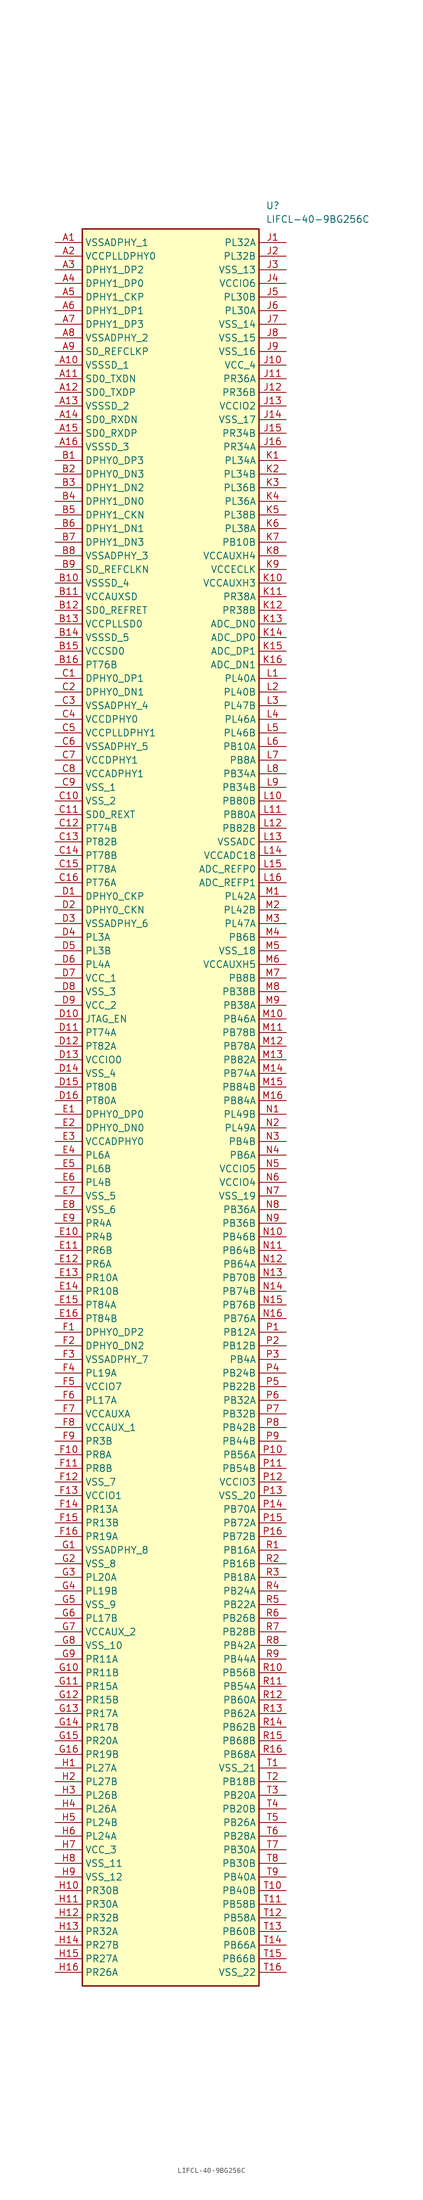
<source format=kicad_sym>
(kicad_symbol_lib
  (version 20241209)
  (generator "kicad_symbol_editor")
  (generator_version "9.0")
  (symbol "LIFCL-40-9BG256C"
    (property "Reference" "U"
      (at 39.37 7.62 0)
      (effects (font (size 1.27 1.27)) (justify left top)))
    (property "Value" "LIFCL-40-9BG256C"
      (at 39.37 5.08 0)
      (effects (font (size 1.27 1.27)) (justify left top)))
    (symbol "LIFCL-40-9BG256C_1_1"
      (rectangle (start 5.08 2.54) (end 38.1 -325.12) (stroke (width 0.254) (type default)) (fill (type background)))
      (pin passive line (at 0 0 0) (length 5.08) (name "VSSADPHY_1" (effects (font (size 1.27 1.27)))) (number "A1" (effects (font (size 1.27 1.27)))))
      (pin passive line (at 0 -2.54 0) (length 5.08) (name "VCCPLLDPHY0" (effects (font (size 1.27 1.27)))) (number "A2" (effects (font (size 1.27 1.27)))))
      (pin passive line (at 0 -5.08 0) (length 5.08) (name "DPHY1_DP2" (effects (font (size 1.27 1.27)))) (number "A3" (effects (font (size 1.27 1.27)))))
      (pin passive line (at 0 -7.62 0) (length 5.08) (name "DPHY1_DP0" (effects (font (size 1.27 1.27)))) (number "A4" (effects (font (size 1.27 1.27)))))
      (pin passive line (at 0 -10.16 0) (length 5.08) (name "DPHY1_CKP" (effects (font (size 1.27 1.27)))) (number "A5" (effects (font (size 1.27 1.27)))))
      (pin passive line (at 0 -12.7 0) (length 5.08) (name "DPHY1_DP1" (effects (font (size 1.27 1.27)))) (number "A6" (effects (font (size 1.27 1.27)))))
      (pin passive line (at 0 -15.24 0) (length 5.08) (name "DPHY1_DP3" (effects (font (size 1.27 1.27)))) (number "A7" (effects (font (size 1.27 1.27)))))
      (pin passive line (at 0 -17.78 0) (length 5.08) (name "VSSADPHY_2" (effects (font (size 1.27 1.27)))) (number "A8" (effects (font (size 1.27 1.27)))))
      (pin passive line (at 0 -20.32 0) (length 5.08) (name "SD_REFCLKP" (effects (font (size 1.27 1.27)))) (number "A9" (effects (font (size 1.27 1.27)))))
      (pin passive line (at 0 -22.86 0) (length 5.08) (name "VSSSD_1" (effects (font (size 1.27 1.27)))) (number "A10" (effects (font (size 1.27 1.27)))))
      (pin passive line (at 0 -25.4 0) (length 5.08) (name "SD0_TXDN" (effects (font (size 1.27 1.27)))) (number "A11" (effects (font (size 1.27 1.27)))))
      (pin passive line (at 0 -27.94 0) (length 5.08) (name "SD0_TXDP" (effects (font (size 1.27 1.27)))) (number "A12" (effects (font (size 1.27 1.27)))))
      (pin passive line (at 0 -30.48 0) (length 5.08) (name "VSSSD_2" (effects (font (size 1.27 1.27)))) (number "A13" (effects (font (size 1.27 1.27)))))
      (pin passive line (at 0 -33.02 0) (length 5.08) (name "SD0_RXDN" (effects (font (size 1.27 1.27)))) (number "A14" (effects (font (size 1.27 1.27)))))
      (pin passive line (at 0 -35.56 0) (length 5.08) (name "SD0_RXDP" (effects (font (size 1.27 1.27)))) (number "A15" (effects (font (size 1.27 1.27)))))
      (pin passive line (at 0 -38.1 0) (length 5.08) (name "VSSSD_3" (effects (font (size 1.27 1.27)))) (number "A16" (effects (font (size 1.27 1.27)))))
      (pin passive line (at 0 -40.64 0) (length 5.08) (name "DPHY0_DP3" (effects (font (size 1.27 1.27)))) (number "B1" (effects (font (size 1.27 1.27)))))
      (pin passive line (at 0 -43.18 0) (length 5.08) (name "DPHY0_DN3" (effects (font (size 1.27 1.27)))) (number "B2" (effects (font (size 1.27 1.27)))))
      (pin passive line (at 0 -45.72 0) (length 5.08) (name "DPHY1_DN2" (effects (font (size 1.27 1.27)))) (number "B3" (effects (font (size 1.27 1.27)))))
      (pin passive line (at 0 -48.26 0) (length 5.08) (name "DPHY1_DN0" (effects (font (size 1.27 1.27)))) (number "B4" (effects (font (size 1.27 1.27)))))
      (pin passive line (at 0 -50.8 0) (length 5.08) (name "DPHY1_CKN" (effects (font (size 1.27 1.27)))) (number "B5" (effects (font (size 1.27 1.27)))))
      (pin passive line (at 0 -53.34 0) (length 5.08) (name "DPHY1_DN1" (effects (font (size 1.27 1.27)))) (number "B6" (effects (font (size 1.27 1.27)))))
      (pin passive line (at 0 -55.88 0) (length 5.08) (name "DPHY1_DN3" (effects (font (size 1.27 1.27)))) (number "B7" (effects (font (size 1.27 1.27)))))
      (pin passive line (at 0 -58.42 0) (length 5.08) (name "VSSADPHY_3" (effects (font (size 1.27 1.27)))) (number "B8" (effects (font (size 1.27 1.27)))))
      (pin passive line (at 0 -60.96 0) (length 5.08) (name "SD_REFCLKN" (effects (font (size 1.27 1.27)))) (number "B9" (effects (font (size 1.27 1.27)))))
      (pin passive line (at 0 -63.5 0) (length 5.08) (name "VSSSD_4" (effects (font (size 1.27 1.27)))) (number "B10" (effects (font (size 1.27 1.27)))))
      (pin passive line (at 0 -66.04 0) (length 5.08) (name "VCCAUXSD" (effects (font (size 1.27 1.27)))) (number "B11" (effects (font (size 1.27 1.27)))))
      (pin passive line (at 0 -68.58 0) (length 5.08) (name "SD0_REFRET" (effects (font (size 1.27 1.27)))) (number "B12" (effects (font (size 1.27 1.27)))))
      (pin passive line (at 0 -71.12 0) (length 5.08) (name "VCCPLLSD0" (effects (font (size 1.27 1.27)))) (number "B13" (effects (font (size 1.27 1.27)))))
      (pin passive line (at 0 -73.66 0) (length 5.08) (name "VSSSD_5" (effects (font (size 1.27 1.27)))) (number "B14" (effects (font (size 1.27 1.27)))))
      (pin passive line (at 0 -76.2 0) (length 5.08) (name "VCCSD0" (effects (font (size 1.27 1.27)))) (number "B15" (effects (font (size 1.27 1.27)))))
      (pin passive line (at 0 -78.74 0) (length 5.08) (name "PT76B" (effects (font (size 1.27 1.27)))) (number "B16" (effects (font (size 1.27 1.27)))))
      (pin passive line (at 0 -81.28 0) (length 5.08) (name "DPHY0_DP1" (effects (font (size 1.27 1.27)))) (number "C1" (effects (font (size 1.27 1.27)))))
      (pin passive line (at 0 -83.82 0) (length 5.08) (name "DPHY0_DN1" (effects (font (size 1.27 1.27)))) (number "C2" (effects (font (size 1.27 1.27)))))
      (pin passive line (at 0 -86.36 0) (length 5.08) (name "VSSADPHY_4" (effects (font (size 1.27 1.27)))) (number "C3" (effects (font (size 1.27 1.27)))))
      (pin passive line (at 0 -88.9 0) (length 5.08) (name "VCCDPHY0" (effects (font (size 1.27 1.27)))) (number "C4" (effects (font (size 1.27 1.27)))))
      (pin passive line (at 0 -91.44 0) (length 5.08) (name "VCCPLLDPHY1" (effects (font (size 1.27 1.27)))) (number "C5" (effects (font (size 1.27 1.27)))))
      (pin passive line (at 0 -93.98 0) (length 5.08) (name "VSSADPHY_5" (effects (font (size 1.27 1.27)))) (number "C6" (effects (font (size 1.27 1.27)))))
      (pin passive line (at 0 -96.52 0) (length 5.08) (name "VCCDPHY1" (effects (font (size 1.27 1.27)))) (number "C7" (effects (font (size 1.27 1.27)))))
      (pin passive line (at 0 -99.06 0) (length 5.08) (name "VCCADPHY1" (effects (font (size 1.27 1.27)))) (number "C8" (effects (font (size 1.27 1.27)))))
      (pin passive line (at 0 -101.6 0) (length 5.08) (name "VSS_1" (effects (font (size 1.27 1.27)))) (number "C9" (effects (font (size 1.27 1.27)))))
      (pin passive line (at 0 -104.14 0) (length 5.08) (name "VSS_2" (effects (font (size 1.27 1.27)))) (number "C10" (effects (font (size 1.27 1.27)))))
      (pin passive line (at 0 -106.68 0) (length 5.08) (name "SD0_REXT" (effects (font (size 1.27 1.27)))) (number "C11" (effects (font (size 1.27 1.27)))))
      (pin passive line (at 0 -109.22 0) (length 5.08) (name "PT74B" (effects (font (size 1.27 1.27)))) (number "C12" (effects (font (size 1.27 1.27)))))
      (pin passive line (at 0 -111.76 0) (length 5.08) (name "PT82B" (effects (font (size 1.27 1.27)))) (number "C13" (effects (font (size 1.27 1.27)))))
      (pin passive line (at 0 -114.3 0) (length 5.08) (name "PT78B" (effects (font (size 1.27 1.27)))) (number "C14" (effects (font (size 1.27 1.27)))))
      (pin passive line (at 0 -116.84 0) (length 5.08) (name "PT78A" (effects (font (size 1.27 1.27)))) (number "C15" (effects (font (size 1.27 1.27)))))
      (pin passive line (at 0 -119.38 0) (length 5.08) (name "PT76A" (effects (font (size 1.27 1.27)))) (number "C16" (effects (font (size 1.27 1.27)))))
      (pin passive line (at 0 -121.92 0) (length 5.08) (name "DPHY0_CKP" (effects (font (size 1.27 1.27)))) (number "D1" (effects (font (size 1.27 1.27)))))
      (pin passive line (at 0 -124.46 0) (length 5.08) (name "DPHY0_CKN" (effects (font (size 1.27 1.27)))) (number "D2" (effects (font (size 1.27 1.27)))))
      (pin passive line (at 0 -127 0) (length 5.08) (name "VSSADPHY_6" (effects (font (size 1.27 1.27)))) (number "D3" (effects (font (size 1.27 1.27)))))
      (pin passive line (at 0 -129.54 0) (length 5.08) (name "PL3A" (effects (font (size 1.27 1.27)))) (number "D4" (effects (font (size 1.27 1.27)))))
      (pin passive line (at 0 -132.08 0) (length 5.08) (name "PL3B" (effects (font (size 1.27 1.27)))) (number "D5" (effects (font (size 1.27 1.27)))))
      (pin passive line (at 0 -134.62 0) (length 5.08) (name "PL4A" (effects (font (size 1.27 1.27)))) (number "D6" (effects (font (size 1.27 1.27)))))
      (pin passive line (at 0 -137.16 0) (length 5.08) (name "VCC_1" (effects (font (size 1.27 1.27)))) (number "D7" (effects (font (size 1.27 1.27)))))
      (pin passive line (at 0 -139.7 0) (length 5.08) (name "VSS_3" (effects (font (size 1.27 1.27)))) (number "D8" (effects (font (size 1.27 1.27)))))
      (pin passive line (at 0 -142.24 0) (length 5.08) (name "VCC_2" (effects (font (size 1.27 1.27)))) (number "D9" (effects (font (size 1.27 1.27)))))
      (pin passive line (at 0 -144.78 0) (length 5.08) (name "JTAG_EN" (effects (font (size 1.27 1.27)))) (number "D10" (effects (font (size 1.27 1.27)))))
      (pin passive line (at 0 -147.32 0) (length 5.08) (name "PT74A" (effects (font (size 1.27 1.27)))) (number "D11" (effects (font (size 1.27 1.27)))))
      (pin passive line (at 0 -149.86 0) (length 5.08) (name "PT82A" (effects (font (size 1.27 1.27)))) (number "D12" (effects (font (size 1.27 1.27)))))
      (pin passive line (at 0 -152.4 0) (length 5.08) (name "VCCIO0" (effects (font (size 1.27 1.27)))) (number "D13" (effects (font (size 1.27 1.27)))))
      (pin passive line (at 0 -154.94 0) (length 5.08) (name "VSS_4" (effects (font (size 1.27 1.27)))) (number "D14" (effects (font (size 1.27 1.27)))))
      (pin passive line (at 0 -157.48 0) (length 5.08) (name "PT80B" (effects (font (size 1.27 1.27)))) (number "D15" (effects (font (size 1.27 1.27)))))
      (pin passive line (at 0 -160.02 0) (length 5.08) (name "PT80A" (effects (font (size 1.27 1.27)))) (number "D16" (effects (font (size 1.27 1.27)))))
      (pin passive line (at 0 -162.56 0) (length 5.08) (name "DPHY0_DP0" (effects (font (size 1.27 1.27)))) (number "E1" (effects (font (size 1.27 1.27)))))
      (pin passive line (at 0 -165.1 0) (length 5.08) (name "DPHY0_DN0" (effects (font (size 1.27 1.27)))) (number "E2" (effects (font (size 1.27 1.27)))))
      (pin passive line (at 0 -167.64 0) (length 5.08) (name "VCCADPHY0" (effects (font (size 1.27 1.27)))) (number "E3" (effects (font (size 1.27 1.27)))))
      (pin passive line (at 0 -170.18 0) (length 5.08) (name "PL6A" (effects (font (size 1.27 1.27)))) (number "E4" (effects (font (size 1.27 1.27)))))
      (pin passive line (at 0 -172.72 0) (length 5.08) (name "PL6B" (effects (font (size 1.27 1.27)))) (number "E5" (effects (font (size 1.27 1.27)))))
      (pin passive line (at 0 -175.26 0) (length 5.08) (name "PL4B" (effects (font (size 1.27 1.27)))) (number "E6" (effects (font (size 1.27 1.27)))))
      (pin passive line (at 0 -177.8 0) (length 5.08) (name "VSS_5" (effects (font (size 1.27 1.27)))) (number "E7" (effects (font (size 1.27 1.27)))))
      (pin passive line (at 0 -180.34 0) (length 5.08) (name "VSS_6" (effects (font (size 1.27 1.27)))) (number "E8" (effects (font (size 1.27 1.27)))))
      (pin passive line (at 0 -182.88 0) (length 5.08) (name "PR4A" (effects (font (size 1.27 1.27)))) (number "E9" (effects (font (size 1.27 1.27)))))
      (pin passive line (at 0 -185.42 0) (length 5.08) (name "PR4B" (effects (font (size 1.27 1.27)))) (number "E10" (effects (font (size 1.27 1.27)))))
      (pin passive line (at 0 -187.96 0) (length 5.08) (name "PR6B" (effects (font (size 1.27 1.27)))) (number "E11" (effects (font (size 1.27 1.27)))))
      (pin passive line (at 0 -190.5 0) (length 5.08) (name "PR6A" (effects (font (size 1.27 1.27)))) (number "E12" (effects (font (size 1.27 1.27)))))
      (pin passive line (at 0 -193.04 0) (length 5.08) (name "PR10A" (effects (font (size 1.27 1.27)))) (number "E13" (effects (font (size 1.27 1.27)))))
      (pin passive line (at 0 -195.58 0) (length 5.08) (name "PR10B" (effects (font (size 1.27 1.27)))) (number "E14" (effects (font (size 1.27 1.27)))))
      (pin passive line (at 0 -198.12 0) (length 5.08) (name "PT84A" (effects (font (size 1.27 1.27)))) (number "E15" (effects (font (size 1.27 1.27)))))
      (pin passive line (at 0 -200.66 0) (length 5.08) (name "PT84B" (effects (font (size 1.27 1.27)))) (number "E16" (effects (font (size 1.27 1.27)))))
      (pin passive line (at 0 -203.2 0) (length 5.08) (name "DPHY0_DP2" (effects (font (size 1.27 1.27)))) (number "F1" (effects (font (size 1.27 1.27)))))
      (pin passive line (at 0 -205.74 0) (length 5.08) (name "DPHY0_DN2" (effects (font (size 1.27 1.27)))) (number "F2" (effects (font (size 1.27 1.27)))))
      (pin passive line (at 0 -208.28 0) (length 5.08) (name "VSSADPHY_7" (effects (font (size 1.27 1.27)))) (number "F3" (effects (font (size 1.27 1.27)))))
      (pin passive line (at 0 -210.82 0) (length 5.08) (name "PL19A" (effects (font (size 1.27 1.27)))) (number "F4" (effects (font (size 1.27 1.27)))))
      (pin passive line (at 0 -213.36 0) (length 5.08) (name "VCCIO7" (effects (font (size 1.27 1.27)))) (number "F5" (effects (font (size 1.27 1.27)))))
      (pin passive line (at 0 -215.9 0) (length 5.08) (name "PL17A" (effects (font (size 1.27 1.27)))) (number "F6" (effects (font (size 1.27 1.27)))))
      (pin passive line (at 0 -218.44 0) (length 5.08) (name "VCCAUXA" (effects (font (size 1.27 1.27)))) (number "F7" (effects (font (size 1.27 1.27)))))
      (pin passive line (at 0 -220.98 0) (length 5.08) (name "VCCAUX_1" (effects (font (size 1.27 1.27)))) (number "F8" (effects (font (size 1.27 1.27)))))
      (pin passive line (at 0 -223.52 0) (length 5.08) (name "PR3B" (effects (font (size 1.27 1.27)))) (number "F9" (effects (font (size 1.27 1.27)))))
      (pin passive line (at 0 -226.06 0) (length 5.08) (name "PR8A" (effects (font (size 1.27 1.27)))) (number "F10" (effects (font (size 1.27 1.27)))))
      (pin passive line (at 0 -228.6 0) (length 5.08) (name "PR8B" (effects (font (size 1.27 1.27)))) (number "F11" (effects (font (size 1.27 1.27)))))
      (pin passive line (at 0 -231.14 0) (length 5.08) (name "VSS_7" (effects (font (size 1.27 1.27)))) (number "F12" (effects (font (size 1.27 1.27)))))
      (pin passive line (at 0 -233.68 0) (length 5.08) (name "VCCIO1" (effects (font (size 1.27 1.27)))) (number "F13" (effects (font (size 1.27 1.27)))))
      (pin passive line (at 0 -236.22 0) (length 5.08) (name "PR13A" (effects (font (size 1.27 1.27)))) (number "F14" (effects (font (size 1.27 1.27)))))
      (pin passive line (at 0 -238.76 0) (length 5.08) (name "PR13B" (effects (font (size 1.27 1.27)))) (number "F15" (effects (font (size 1.27 1.27)))))
      (pin passive line (at 0 -241.3 0) (length 5.08) (name "PR19A" (effects (font (size 1.27 1.27)))) (number "F16" (effects (font (size 1.27 1.27)))))
      (pin passive line (at 0 -243.84 0) (length 5.08) (name "VSSADPHY_8" (effects (font (size 1.27 1.27)))) (number "G1" (effects (font (size 1.27 1.27)))))
      (pin passive line (at 0 -246.38 0) (length 5.08) (name "VSS_8" (effects (font (size 1.27 1.27)))) (number "G2" (effects (font (size 1.27 1.27)))))
      (pin passive line (at 0 -248.92 0) (length 5.08) (name "PL20A" (effects (font (size 1.27 1.27)))) (number "G3" (effects (font (size 1.27 1.27)))))
      (pin passive line (at 0 -251.46 0) (length 5.08) (name "PL19B" (effects (font (size 1.27 1.27)))) (number "G4" (effects (font (size 1.27 1.27)))))
      (pin passive line (at 0 -254 0) (length 5.08) (name "VSS_9" (effects (font (size 1.27 1.27)))) (number "G5" (effects (font (size 1.27 1.27)))))
      (pin passive line (at 0 -256.54 0) (length 5.08) (name "PL17B" (effects (font (size 1.27 1.27)))) (number "G6" (effects (font (size 1.27 1.27)))))
      (pin passive line (at 0 -259.08 0) (length 5.08) (name "VCCAUX_2" (effects (font (size 1.27 1.27)))) (number "G7" (effects (font (size 1.27 1.27)))))
      (pin passive line (at 0 -261.62 0) (length 5.08) (name "VSS_10" (effects (font (size 1.27 1.27)))) (number "G8" (effects (font (size 1.27 1.27)))))
      (pin passive line (at 0 -264.16 0) (length 5.08) (name "PR11A" (effects (font (size 1.27 1.27)))) (number "G9" (effects (font (size 1.27 1.27)))))
      (pin passive line (at 0 -266.7 0) (length 5.08) (name "PR11B" (effects (font (size 1.27 1.27)))) (number "G10" (effects (font (size 1.27 1.27)))))
      (pin passive line (at 0 -269.24 0) (length 5.08) (name "PR15A" (effects (font (size 1.27 1.27)))) (number "G11" (effects (font (size 1.27 1.27)))))
      (pin passive line (at 0 -271.78 0) (length 5.08) (name "PR15B" (effects (font (size 1.27 1.27)))) (number "G12" (effects (font (size 1.27 1.27)))))
      (pin passive line (at 0 -274.32 0) (length 5.08) (name "PR17A" (effects (font (size 1.27 1.27)))) (number "G13" (effects (font (size 1.27 1.27)))))
      (pin passive line (at 0 -276.86 0) (length 5.08) (name "PR17B" (effects (font (size 1.27 1.27)))) (number "G14" (effects (font (size 1.27 1.27)))))
      (pin passive line (at 0 -279.4 0) (length 5.08) (name "PR20A" (effects (font (size 1.27 1.27)))) (number "G15" (effects (font (size 1.27 1.27)))))
      (pin passive line (at 0 -281.94 0) (length 5.08) (name "PR19B" (effects (font (size 1.27 1.27)))) (number "G16" (effects (font (size 1.27 1.27)))))
      (pin passive line (at 0 -284.48 0) (length 5.08) (name "PL27A" (effects (font (size 1.27 1.27)))) (number "H1" (effects (font (size 1.27 1.27)))))
      (pin passive line (at 0 -287.02 0) (length 5.08) (name "PL27B" (effects (font (size 1.27 1.27)))) (number "H2" (effects (font (size 1.27 1.27)))))
      (pin passive line (at 0 -289.56 0) (length 5.08) (name "PL26B" (effects (font (size 1.27 1.27)))) (number "H3" (effects (font (size 1.27 1.27)))))
      (pin passive line (at 0 -292.1 0) (length 5.08) (name "PL26A" (effects (font (size 1.27 1.27)))) (number "H4" (effects (font (size 1.27 1.27)))))
      (pin passive line (at 0 -294.64 0) (length 5.08) (name "PL24B" (effects (font (size 1.27 1.27)))) (number "H5" (effects (font (size 1.27 1.27)))))
      (pin passive line (at 0 -297.18 0) (length 5.08) (name "PL24A" (effects (font (size 1.27 1.27)))) (number "H6" (effects (font (size 1.27 1.27)))))
      (pin passive line (at 0 -299.72 0) (length 5.08) (name "VCC_3" (effects (font (size 1.27 1.27)))) (number "H7" (effects (font (size 1.27 1.27)))))
      (pin passive line (at 0 -302.26 0) (length 5.08) (name "VSS_11" (effects (font (size 1.27 1.27)))) (number "H8" (effects (font (size 1.27 1.27)))))
      (pin passive line (at 0 -304.8 0) (length 5.08) (name "VSS_12" (effects (font (size 1.27 1.27)))) (number "H9" (effects (font (size 1.27 1.27)))))
      (pin passive line (at 0 -307.34 0) (length 5.08) (name "PR30B" (effects (font (size 1.27 1.27)))) (number "H10" (effects (font (size 1.27 1.27)))))
      (pin passive line (at 0 -309.88 0) (length 5.08) (name "PR30A" (effects (font (size 1.27 1.27)))) (number "H11" (effects (font (size 1.27 1.27)))))
      (pin passive line (at 0 -312.42 0) (length 5.08) (name "PR32B" (effects (font (size 1.27 1.27)))) (number "H12" (effects (font (size 1.27 1.27)))))
      (pin passive line (at 0 -314.96 0) (length 5.08) (name "PR32A" (effects (font (size 1.27 1.27)))) (number "H13" (effects (font (size 1.27 1.27)))))
      (pin passive line (at 0 -317.5 0) (length 5.08) (name "PR27B" (effects (font (size 1.27 1.27)))) (number "H14" (effects (font (size 1.27 1.27)))))
      (pin passive line (at 0 -320.04 0) (length 5.08) (name "PR27A" (effects (font (size 1.27 1.27)))) (number "H15" (effects (font (size 1.27 1.27)))))
      (pin passive line (at 0 -322.58 0) (length 5.08) (name "PR26A" (effects (font (size 1.27 1.27)))) (number "H16" (effects (font (size 1.27 1.27)))))
      (pin passive line (at 43.18 0 180) (length 5.08) (name "PL32A" (effects (font (size 1.27 1.27)))) (number "J1" (effects (font (size 1.27 1.27)))))
      (pin passive line (at 43.18 -2.54 180) (length 5.08) (name "PL32B" (effects (font (size 1.27 1.27)))) (number "J2" (effects (font (size 1.27 1.27)))))
      (pin passive line (at 43.18 -5.08 180) (length 5.08) (name "VSS_13" (effects (font (size 1.27 1.27)))) (number "J3" (effects (font (size 1.27 1.27)))))
      (pin passive line (at 43.18 -7.62 180) (length 5.08) (name "VCCIO6" (effects (font (size 1.27 1.27)))) (number "J4" (effects (font (size 1.27 1.27)))))
      (pin passive line (at 43.18 -10.16 180) (length 5.08) (name "PL30B" (effects (font (size 1.27 1.27)))) (number "J5" (effects (font (size 1.27 1.27)))))
      (pin passive line (at 43.18 -12.7 180) (length 5.08) (name "PL30A" (effects (font (size 1.27 1.27)))) (number "J6" (effects (font (size 1.27 1.27)))))
      (pin passive line (at 43.18 -15.24 180) (length 5.08) (name "VSS_14" (effects (font (size 1.27 1.27)))) (number "J7" (effects (font (size 1.27 1.27)))))
      (pin passive line (at 43.18 -17.78 180) (length 5.08) (name "VSS_15" (effects (font (size 1.27 1.27)))) (number "J8" (effects (font (size 1.27 1.27)))))
      (pin passive line (at 43.18 -20.32 180) (length 5.08) (name "VSS_16" (effects (font (size 1.27 1.27)))) (number "J9" (effects (font (size 1.27 1.27)))))
      (pin passive line (at 43.18 -22.86 180) (length 5.08) (name "VCC_4" (effects (font (size 1.27 1.27)))) (number "J10" (effects (font (size 1.27 1.27)))))
      (pin passive line (at 43.18 -25.4 180) (length 5.08) (name "PR36A" (effects (font (size 1.27 1.27)))) (number "J11" (effects (font (size 1.27 1.27)))))
      (pin passive line (at 43.18 -27.94 180) (length 5.08) (name "PR36B" (effects (font (size 1.27 1.27)))) (number "J12" (effects (font (size 1.27 1.27)))))
      (pin passive line (at 43.18 -30.48 180) (length 5.08) (name "VCCIO2" (effects (font (size 1.27 1.27)))) (number "J13" (effects (font (size 1.27 1.27)))))
      (pin passive line (at 43.18 -33.02 180) (length 5.08) (name "VSS_17" (effects (font (size 1.27 1.27)))) (number "J14" (effects (font (size 1.27 1.27)))))
      (pin passive line (at 43.18 -35.56 180) (length 5.08) (name "PR34B" (effects (font (size 1.27 1.27)))) (number "J15" (effects (font (size 1.27 1.27)))))
      (pin passive line (at 43.18 -38.1 180) (length 5.08) (name "PR34A" (effects (font (size 1.27 1.27)))) (number "J16" (effects (font (size 1.27 1.27)))))
      (pin passive line (at 43.18 -40.64 180) (length 5.08) (name "PL34A" (effects (font (size 1.27 1.27)))) (number "K1" (effects (font (size 1.27 1.27)))))
      (pin passive line (at 43.18 -43.18 180) (length 5.08) (name "PL34B" (effects (font (size 1.27 1.27)))) (number "K2" (effects (font (size 1.27 1.27)))))
      (pin passive line (at 43.18 -45.72 180) (length 5.08) (name "PL36B" (effects (font (size 1.27 1.27)))) (number "K3" (effects (font (size 1.27 1.27)))))
      (pin passive line (at 43.18 -48.26 180) (length 5.08) (name "PL36A" (effects (font (size 1.27 1.27)))) (number "K4" (effects (font (size 1.27 1.27)))))
      (pin passive line (at 43.18 -50.8 180) (length 5.08) (name "PL38B" (effects (font (size 1.27 1.27)))) (number "K5" (effects (font (size 1.27 1.27)))))
      (pin passive line (at 43.18 -53.34 180) (length 5.08) (name "PL38A" (effects (font (size 1.27 1.27)))) (number "K6" (effects (font (size 1.27 1.27)))))
      (pin passive line (at 43.18 -55.88 180) (length 5.08) (name "PB10B" (effects (font (size 1.27 1.27)))) (number "K7" (effects (font (size 1.27 1.27)))))
      (pin passive line (at 43.18 -58.42 180) (length 5.08) (name "VCCAUXH4" (effects (font (size 1.27 1.27)))) (number "K8" (effects (font (size 1.27 1.27)))))
      (pin passive line (at 43.18 -60.96 180) (length 5.08) (name "VCCECLK" (effects (font (size 1.27 1.27)))) (number "K9" (effects (font (size 1.27 1.27)))))
      (pin passive line (at 43.18 -63.5 180) (length 5.08) (name "VCCAUXH3" (effects (font (size 1.27 1.27)))) (number "K10" (effects (font (size 1.27 1.27)))))
      (pin passive line (at 43.18 -66.04 180) (length 5.08) (name "PR38A" (effects (font (size 1.27 1.27)))) (number "K11" (effects (font (size 1.27 1.27)))))
      (pin passive line (at 43.18 -68.58 180) (length 5.08) (name "PR38B" (effects (font (size 1.27 1.27)))) (number "K12" (effects (font (size 1.27 1.27)))))
      (pin passive line (at 43.18 -71.12 180) (length 5.08) (name "ADC_DN0" (effects (font (size 1.27 1.27)))) (number "K13" (effects (font (size 1.27 1.27)))))
      (pin passive line (at 43.18 -73.66 180) (length 5.08) (name "ADC_DP0" (effects (font (size 1.27 1.27)))) (number "K14" (effects (font (size 1.27 1.27)))))
      (pin passive line (at 43.18 -76.2 180) (length 5.08) (name "ADC_DP1" (effects (font (size 1.27 1.27)))) (number "K15" (effects (font (size 1.27 1.27)))))
      (pin passive line (at 43.18 -78.74 180) (length 5.08) (name "ADC_DN1" (effects (font (size 1.27 1.27)))) (number "K16" (effects (font (size 1.27 1.27)))))
      (pin passive line (at 43.18 -81.28 180) (length 5.08) (name "PL40A" (effects (font (size 1.27 1.27)))) (number "L1" (effects (font (size 1.27 1.27)))))
      (pin passive line (at 43.18 -83.82 180) (length 5.08) (name "PL40B" (effects (font (size 1.27 1.27)))) (number "L2" (effects (font (size 1.27 1.27)))))
      (pin passive line (at 43.18 -86.36 180) (length 5.08) (name "PL47B" (effects (font (size 1.27 1.27)))) (number "L3" (effects (font (size 1.27 1.27)))))
      (pin passive line (at 43.18 -88.9 180) (length 5.08) (name "PL46A" (effects (font (size 1.27 1.27)))) (number "L4" (effects (font (size 1.27 1.27)))))
      (pin passive line (at 43.18 -91.44 180) (length 5.08) (name "PL46B" (effects (font (size 1.27 1.27)))) (number "L5" (effects (font (size 1.27 1.27)))))
      (pin passive line (at 43.18 -93.98 180) (length 5.08) (name "PB10A" (effects (font (size 1.27 1.27)))) (number "L6" (effects (font (size 1.27 1.27)))))
      (pin passive line (at 43.18 -96.52 180) (length 5.08) (name "PB8A" (effects (font (size 1.27 1.27)))) (number "L7" (effects (font (size 1.27 1.27)))))
      (pin passive line (at 43.18 -99.06 180) (length 5.08) (name "PB34A" (effects (font (size 1.27 1.27)))) (number "L8" (effects (font (size 1.27 1.27)))))
      (pin passive line (at 43.18 -101.6 180) (length 5.08) (name "PB34B" (effects (font (size 1.27 1.27)))) (number "L9" (effects (font (size 1.27 1.27)))))
      (pin passive line (at 43.18 -104.14 180) (length 5.08) (name "PB80B" (effects (font (size 1.27 1.27)))) (number "L10" (effects (font (size 1.27 1.27)))))
      (pin passive line (at 43.18 -106.68 180) (length 5.08) (name "PB80A" (effects (font (size 1.27 1.27)))) (number "L11" (effects (font (size 1.27 1.27)))))
      (pin passive line (at 43.18 -109.22 180) (length 5.08) (name "PB82B" (effects (font (size 1.27 1.27)))) (number "L12" (effects (font (size 1.27 1.27)))))
      (pin passive line (at 43.18 -111.76 180) (length 5.08) (name "VSSADC" (effects (font (size 1.27 1.27)))) (number "L13" (effects (font (size 1.27 1.27)))))
      (pin passive line (at 43.18 -114.3 180) (length 5.08) (name "VCCADC18" (effects (font (size 1.27 1.27)))) (number "L14" (effects (font (size 1.27 1.27)))))
      (pin passive line (at 43.18 -116.84 180) (length 5.08) (name "ADC_REFP0" (effects (font (size 1.27 1.27)))) (number "L15" (effects (font (size 1.27 1.27)))))
      (pin passive line (at 43.18 -119.38 180) (length 5.08) (name "ADC_REFP1" (effects (font (size 1.27 1.27)))) (number "L16" (effects (font (size 1.27 1.27)))))
      (pin passive line (at 43.18 -121.92 180) (length 5.08) (name "PL42A" (effects (font (size 1.27 1.27)))) (number "M1" (effects (font (size 1.27 1.27)))))
      (pin passive line (at 43.18 -124.46 180) (length 5.08) (name "PL42B" (effects (font (size 1.27 1.27)))) (number "M2" (effects (font (size 1.27 1.27)))))
      (pin passive line (at 43.18 -127 180) (length 5.08) (name "PL47A" (effects (font (size 1.27 1.27)))) (number "M3" (effects (font (size 1.27 1.27)))))
      (pin passive line (at 43.18 -129.54 180) (length 5.08) (name "PB6B" (effects (font (size 1.27 1.27)))) (number "M4" (effects (font (size 1.27 1.27)))))
      (pin passive line (at 43.18 -132.08 180) (length 5.08) (name "VSS_18" (effects (font (size 1.27 1.27)))) (number "M5" (effects (font (size 1.27 1.27)))))
      (pin passive line (at 43.18 -134.62 180) (length 5.08) (name "VCCAUXH5" (effects (font (size 1.27 1.27)))) (number "M6" (effects (font (size 1.27 1.27)))))
      (pin passive line (at 43.18 -137.16 180) (length 5.08) (name "PB8B" (effects (font (size 1.27 1.27)))) (number "M7" (effects (font (size 1.27 1.27)))))
      (pin passive line (at 43.18 -139.7 180) (length 5.08) (name "PB38B" (effects (font (size 1.27 1.27)))) (number "M8" (effects (font (size 1.27 1.27)))))
      (pin passive line (at 43.18 -142.24 180) (length 5.08) (name "PB38A" (effects (font (size 1.27 1.27)))) (number "M9" (effects (font (size 1.27 1.27)))))
      (pin passive line (at 43.18 -144.78 180) (length 5.08) (name "PB46A" (effects (font (size 1.27 1.27)))) (number "M10" (effects (font (size 1.27 1.27)))))
      (pin passive line (at 43.18 -147.32 180) (length 5.08) (name "PB78B" (effects (font (size 1.27 1.27)))) (number "M11" (effects (font (size 1.27 1.27)))))
      (pin passive line (at 43.18 -149.86 180) (length 5.08) (name "PB78A" (effects (font (size 1.27 1.27)))) (number "M12" (effects (font (size 1.27 1.27)))))
      (pin passive line (at 43.18 -152.4 180) (length 5.08) (name "PB82A" (effects (font (size 1.27 1.27)))) (number "M13" (effects (font (size 1.27 1.27)))))
      (pin passive line (at 43.18 -154.94 180) (length 5.08) (name "PB74A" (effects (font (size 1.27 1.27)))) (number "M14" (effects (font (size 1.27 1.27)))))
      (pin passive line (at 43.18 -157.48 180) (length 5.08) (name "PB84B" (effects (font (size 1.27 1.27)))) (number "M15" (effects (font (size 1.27 1.27)))))
      (pin passive line (at 43.18 -160.02 180) (length 5.08) (name "PB84A" (effects (font (size 1.27 1.27)))) (number "M16" (effects (font (size 1.27 1.27)))))
      (pin passive line (at 43.18 -162.56 180) (length 5.08) (name "PL49B" (effects (font (size 1.27 1.27)))) (number "N1" (effects (font (size 1.27 1.27)))))
      (pin passive line (at 43.18 -165.1 180) (length 5.08) (name "PL49A" (effects (font (size 1.27 1.27)))) (number "N2" (effects (font (size 1.27 1.27)))))
      (pin passive line (at 43.18 -167.64 180) (length 5.08) (name "PB4B" (effects (font (size 1.27 1.27)))) (number "N3" (effects (font (size 1.27 1.27)))))
      (pin passive line (at 43.18 -170.18 180) (length 5.08) (name "PB6A" (effects (font (size 1.27 1.27)))) (number "N4" (effects (font (size 1.27 1.27)))))
      (pin passive line (at 43.18 -172.72 180) (length 5.08) (name "VCCIO5" (effects (font (size 1.27 1.27)))) (number "N5" (effects (font (size 1.27 1.27)))))
      (pin passive line (at 43.18 -175.26 180) (length 5.08) (name "VCCIO4" (effects (font (size 1.27 1.27)))) (number "N6" (effects (font (size 1.27 1.27)))))
      (pin passive line (at 43.18 -177.8 180) (length 5.08) (name "VSS_19" (effects (font (size 1.27 1.27)))) (number "N7" (effects (font (size 1.27 1.27)))))
      (pin passive line (at 43.18 -180.34 180) (length 5.08) (name "PB36A" (effects (font (size 1.27 1.27)))) (number "N8" (effects (font (size 1.27 1.27)))))
      (pin passive line (at 43.18 -182.88 180) (length 5.08) (name "PB36B" (effects (font (size 1.27 1.27)))) (number "N9" (effects (font (size 1.27 1.27)))))
      (pin passive line (at 43.18 -185.42 180) (length 5.08) (name "PB46B" (effects (font (size 1.27 1.27)))) (number "N10" (effects (font (size 1.27 1.27)))))
      (pin passive line (at 43.18 -187.96 180) (length 5.08) (name "PB64B" (effects (font (size 1.27 1.27)))) (number "N11" (effects (font (size 1.27 1.27)))))
      (pin passive line (at 43.18 -190.5 180) (length 5.08) (name "PB64A" (effects (font (size 1.27 1.27)))) (number "N12" (effects (font (size 1.27 1.27)))))
      (pin passive line (at 43.18 -193.04 180) (length 5.08) (name "PB70B" (effects (font (size 1.27 1.27)))) (number "N13" (effects (font (size 1.27 1.27)))))
      (pin passive line (at 43.18 -195.58 180) (length 5.08) (name "PB74B" (effects (font (size 1.27 1.27)))) (number "N14" (effects (font (size 1.27 1.27)))))
      (pin passive line (at 43.18 -198.12 180) (length 5.08) (name "PB76B" (effects (font (size 1.27 1.27)))) (number "N15" (effects (font (size 1.27 1.27)))))
      (pin passive line (at 43.18 -200.66 180) (length 5.08) (name "PB76A" (effects (font (size 1.27 1.27)))) (number "N16" (effects (font (size 1.27 1.27)))))
      (pin passive line (at 43.18 -203.2 180) (length 5.08) (name "PB12A" (effects (font (size 1.27 1.27)))) (number "P1" (effects (font (size 1.27 1.27)))))
      (pin passive line (at 43.18 -205.74 180) (length 5.08) (name "PB12B" (effects (font (size 1.27 1.27)))) (number "P2" (effects (font (size 1.27 1.27)))))
      (pin passive line (at 43.18 -208.28 180) (length 5.08) (name "PB4A" (effects (font (size 1.27 1.27)))) (number "P3" (effects (font (size 1.27 1.27)))))
      (pin passive line (at 43.18 -210.82 180) (length 5.08) (name "PB24B" (effects (font (size 1.27 1.27)))) (number "P4" (effects (font (size 1.27 1.27)))))
      (pin passive line (at 43.18 -213.36 180) (length 5.08) (name "PB22B" (effects (font (size 1.27 1.27)))) (number "P5" (effects (font (size 1.27 1.27)))))
      (pin passive line (at 43.18 -215.9 180) (length 5.08) (name "PB32A" (effects (font (size 1.27 1.27)))) (number "P6" (effects (font (size 1.27 1.27)))))
      (pin passive line (at 43.18 -218.44 180) (length 5.08) (name "PB32B" (effects (font (size 1.27 1.27)))) (number "P7" (effects (font (size 1.27 1.27)))))
      (pin passive line (at 43.18 -220.98 180) (length 5.08) (name "PB42B" (effects (font (size 1.27 1.27)))) (number "P8" (effects (font (size 1.27 1.27)))))
      (pin passive line (at 43.18 -223.52 180) (length 5.08) (name "PB44B" (effects (font (size 1.27 1.27)))) (number "P9" (effects (font (size 1.27 1.27)))))
      (pin passive line (at 43.18 -226.06 180) (length 5.08) (name "PB56A" (effects (font (size 1.27 1.27)))) (number "P10" (effects (font (size 1.27 1.27)))))
      (pin passive line (at 43.18 -228.6 180) (length 5.08) (name "PB54B" (effects (font (size 1.27 1.27)))) (number "P11" (effects (font (size 1.27 1.27)))))
      (pin passive line (at 43.18 -231.14 180) (length 5.08) (name "VCCIO3" (effects (font (size 1.27 1.27)))) (number "P12" (effects (font (size 1.27 1.27)))))
      (pin passive line (at 43.18 -233.68 180) (length 5.08) (name "VSS_20" (effects (font (size 1.27 1.27)))) (number "P13" (effects (font (size 1.27 1.27)))))
      (pin passive line (at 43.18 -236.22 180) (length 5.08) (name "PB70A" (effects (font (size 1.27 1.27)))) (number "P14" (effects (font (size 1.27 1.27)))))
      (pin passive line (at 43.18 -238.76 180) (length 5.08) (name "PB72A" (effects (font (size 1.27 1.27)))) (number "P15" (effects (font (size 1.27 1.27)))))
      (pin passive line (at 43.18 -241.3 180) (length 5.08) (name "PB72B" (effects (font (size 1.27 1.27)))) (number "P16" (effects (font (size 1.27 1.27)))))
      (pin passive line (at 43.18 -243.84 180) (length 5.08) (name "PB16A" (effects (font (size 1.27 1.27)))) (number "R1" (effects (font (size 1.27 1.27)))))
      (pin passive line (at 43.18 -246.38 180) (length 5.08) (name "PB16B" (effects (font (size 1.27 1.27)))) (number "R2" (effects (font (size 1.27 1.27)))))
      (pin passive line (at 43.18 -248.92 180) (length 5.08) (name "PB18A" (effects (font (size 1.27 1.27)))) (number "R3" (effects (font (size 1.27 1.27)))))
      (pin passive line (at 43.18 -251.46 180) (length 5.08) (name "PB24A" (effects (font (size 1.27 1.27)))) (number "R4" (effects (font (size 1.27 1.27)))))
      (pin passive line (at 43.18 -254 180) (length 5.08) (name "PB22A" (effects (font (size 1.27 1.27)))) (number "R5" (effects (font (size 1.27 1.27)))))
      (pin passive line (at 43.18 -256.54 180) (length 5.08) (name "PB26B" (effects (font (size 1.27 1.27)))) (number "R6" (effects (font (size 1.27 1.27)))))
      (pin passive line (at 43.18 -259.08 180) (length 5.08) (name "PB28B" (effects (font (size 1.27 1.27)))) (number "R7" (effects (font (size 1.27 1.27)))))
      (pin passive line (at 43.18 -261.62 180) (length 5.08) (name "PB42A" (effects (font (size 1.27 1.27)))) (number "R8" (effects (font (size 1.27 1.27)))))
      (pin passive line (at 43.18 -264.16 180) (length 5.08) (name "PB44A" (effects (font (size 1.27 1.27)))) (number "R9" (effects (font (size 1.27 1.27)))))
      (pin passive line (at 43.18 -266.7 180) (length 5.08) (name "PB56B" (effects (font (size 1.27 1.27)))) (number "R10" (effects (font (size 1.27 1.27)))))
      (pin passive line (at 43.18 -269.24 180) (length 5.08) (name "PB54A" (effects (font (size 1.27 1.27)))) (number "R11" (effects (font (size 1.27 1.27)))))
      (pin passive line (at 43.18 -271.78 180) (length 5.08) (name "PB60A" (effects (font (size 1.27 1.27)))) (number "R12" (effects (font (size 1.27 1.27)))))
      (pin passive line (at 43.18 -274.32 180) (length 5.08) (name "PB62A" (effects (font (size 1.27 1.27)))) (number "R13" (effects (font (size 1.27 1.27)))))
      (pin passive line (at 43.18 -276.86 180) (length 5.08) (name "PB62B" (effects (font (size 1.27 1.27)))) (number "R14" (effects (font (size 1.27 1.27)))))
      (pin passive line (at 43.18 -279.4 180) (length 5.08) (name "PB68B" (effects (font (size 1.27 1.27)))) (number "R15" (effects (font (size 1.27 1.27)))))
      (pin passive line (at 43.18 -281.94 180) (length 5.08) (name "PB68A" (effects (font (size 1.27 1.27)))) (number "R16" (effects (font (size 1.27 1.27)))))
      (pin passive line (at 43.18 -284.48 180) (length 5.08) (name "VSS_21" (effects (font (size 1.27 1.27)))) (number "T1" (effects (font (size 1.27 1.27)))))
      (pin passive line (at 43.18 -287.02 180) (length 5.08) (name "PB18B" (effects (font (size 1.27 1.27)))) (number "T2" (effects (font (size 1.27 1.27)))))
      (pin passive line (at 43.18 -289.56 180) (length 5.08) (name "PB20A" (effects (font (size 1.27 1.27)))) (number "T3" (effects (font (size 1.27 1.27)))))
      (pin passive line (at 43.18 -292.1 180) (length 5.08) (name "PB20B" (effects (font (size 1.27 1.27)))) (number "T4" (effects (font (size 1.27 1.27)))))
      (pin passive line (at 43.18 -294.64 180) (length 5.08) (name "PB26A" (effects (font (size 1.27 1.27)))) (number "T5" (effects (font (size 1.27 1.27)))))
      (pin passive line (at 43.18 -297.18 180) (length 5.08) (name "PB28A" (effects (font (size 1.27 1.27)))) (number "T6" (effects (font (size 1.27 1.27)))))
      (pin passive line (at 43.18 -299.72 180) (length 5.08) (name "PB30A" (effects (font (size 1.27 1.27)))) (number "T7" (effects (font (size 1.27 1.27)))))
      (pin passive line (at 43.18 -302.26 180) (length 5.08) (name "PB30B" (effects (font (size 1.27 1.27)))) (number "T8" (effects (font (size 1.27 1.27)))))
      (pin passive line (at 43.18 -304.8 180) (length 5.08) (name "PB40A" (effects (font (size 1.27 1.27)))) (number "T9" (effects (font (size 1.27 1.27)))))
      (pin passive line (at 43.18 -307.34 180) (length 5.08) (name "PB40B" (effects (font (size 1.27 1.27)))) (number "T10" (effects (font (size 1.27 1.27)))))
      (pin passive line (at 43.18 -309.88 180) (length 5.08) (name "PB58B" (effects (font (size 1.27 1.27)))) (number "T11" (effects (font (size 1.27 1.27)))))
      (pin passive line (at 43.18 -312.42 180) (length 5.08) (name "PB58A" (effects (font (size 1.27 1.27)))) (number "T12" (effects (font (size 1.27 1.27)))))
      (pin passive line (at 43.18 -314.96 180) (length 5.08) (name "PB60B" (effects (font (size 1.27 1.27)))) (number "T13" (effects (font (size 1.27 1.27)))))
      (pin passive line (at 43.18 -317.5 180) (length 5.08) (name "PB66A" (effects (font (size 1.27 1.27)))) (number "T14" (effects (font (size 1.27 1.27)))))
      (pin passive line (at 43.18 -320.04 180) (length 5.08) (name "PB66B" (effects (font (size 1.27 1.27)))) (number "T15" (effects (font (size 1.27 1.27)))))
      (pin passive line (at 43.18 -322.58 180) (length 5.08) (name "VSS_22" (effects (font (size 1.27 1.27)))) (number "T16" (effects (font (size 1.27 1.27))))))))
</source>
